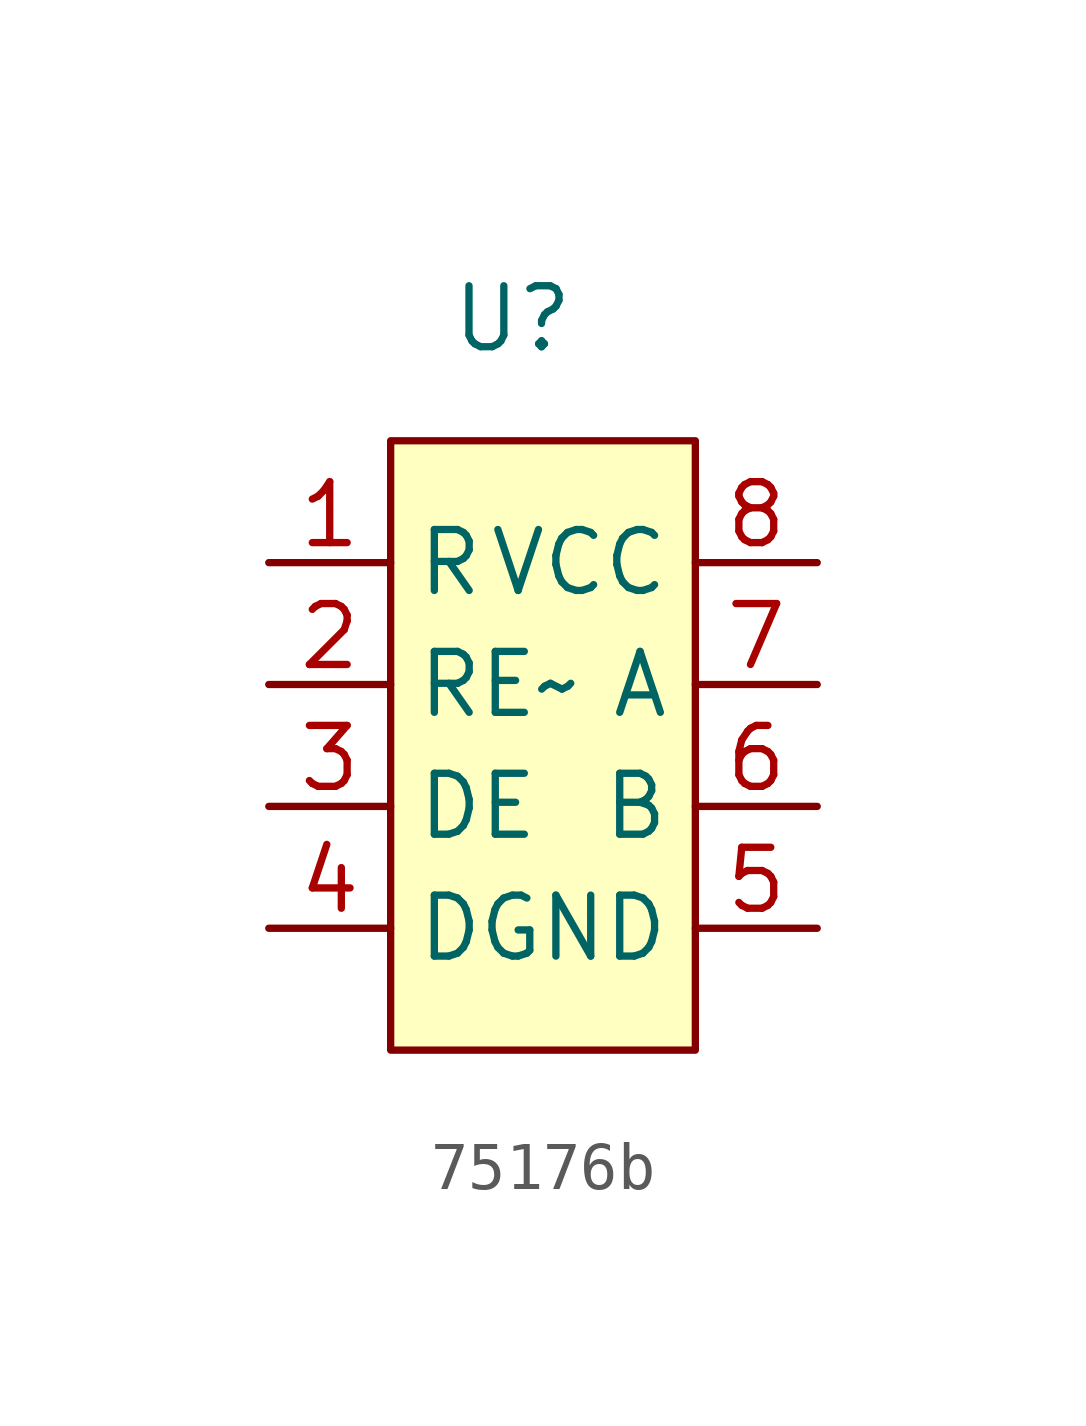
<source format=kicad_sym>
(kicad_symbol_lib
  (version 20220914)
  (generator kicad_symbol_editor)
  (symbol "75176b"
    (property "Reference" "U"
      (at 0 8.89 0)
      (effects (font (size 1.27 1.27))))
    (property "Value" ""
      (at -2.54 6.35 0)
      (effects (font (size 1.27 1.27))))
    (symbol "75176b_1_1"
      (rectangle (start -2.54 6.35) (end 3.81 -6.35) (stroke (width 0) (type default)) (fill (type background)))
      (pin tri_state line (at -5.08 3.81 0) (length 2.54) (name "R" (effects (font (size 1.27 1.27)))) (number "1" (effects (font (size 1.27 1.27)))))
      (pin tri_state line (at -5.08 1.27 0) (length 2.54) (name "RE~" (effects (font (size 1.27 1.27)))) (number "2" (effects (font (size 1.27 1.27)))))
      (pin tri_state line (at -5.08 -1.27 0) (length 2.54) (name "DE" (effects (font (size 1.27 1.27)))) (number "3" (effects (font (size 1.27 1.27)))))
      (pin tri_state line (at -5.08 -3.81 0) (length 2.54) (name "D" (effects (font (size 1.27 1.27)))) (number "4" (effects (font (size 1.27 1.27)))))
      (pin power_out line (at 6.35 -3.81 180) (length 2.54) (name "GND" (effects (font (size 1.27 1.27)))) (number "5" (effects (font (size 1.27 1.27)))))
      (pin tri_state line (at 6.35 -1.27 180) (length 2.54) (name "B" (effects (font (size 1.27 1.27)))) (number "6" (effects (font (size 1.27 1.27)))))
      (pin tri_state line (at 6.35 1.27 180) (length 2.54) (name "A" (effects (font (size 1.27 1.27)))) (number "7" (effects (font (size 1.27 1.27)))))
      (pin power_out line (at 6.35 3.81 180) (length 2.54) (name "VCC" (effects (font (size 1.27 1.27)))) (number "8" (effects (font (size 1.27 1.27))))))))
</source>
